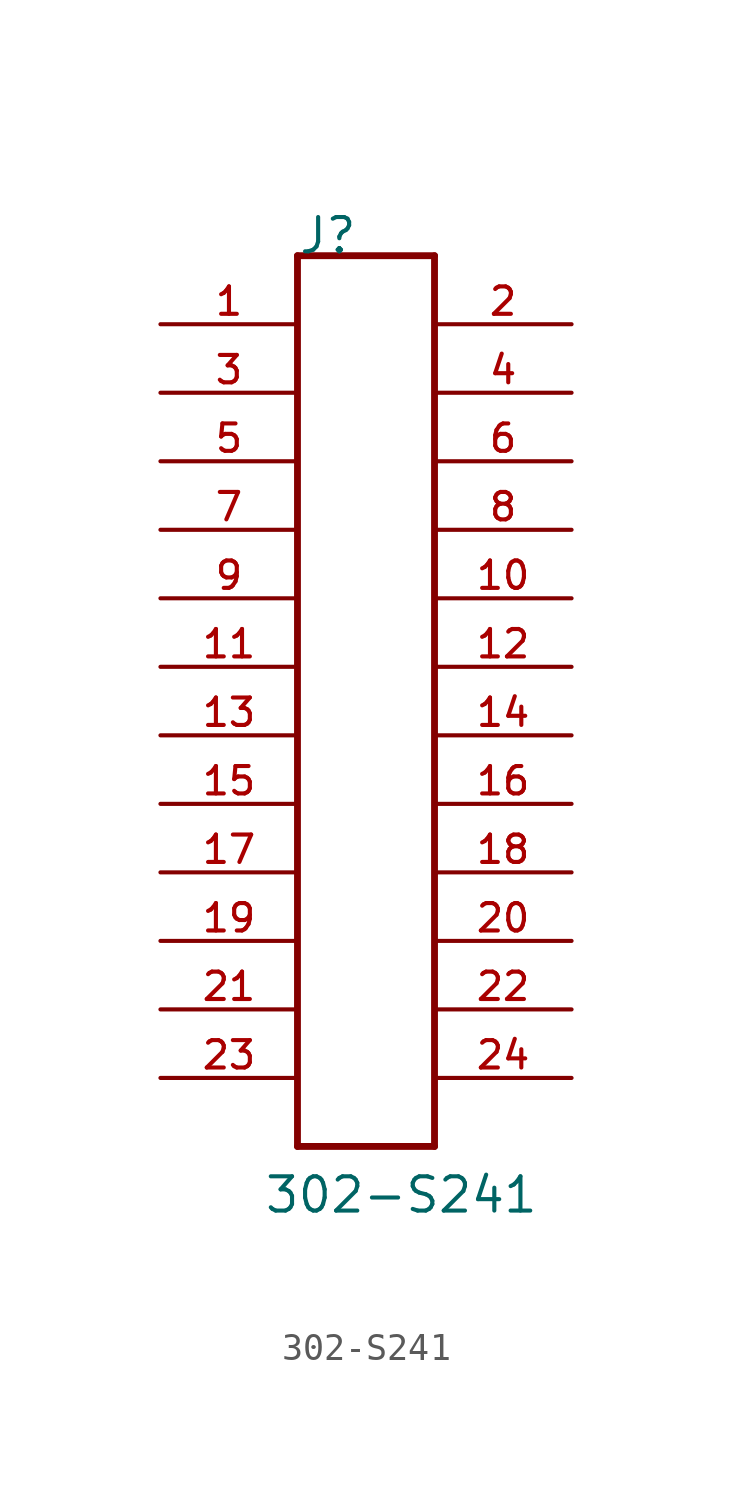
<source format=kicad_sym>
(kicad_symbol_lib
  (version 20211014)
  (generator kicad_symbol_editor)
  (symbol "302-S241"
    (pin_names
      (offset 1.016) hide)
    (property "Reference" "J"
      (at -2.54 15.24 0)
      (effects (font (size 1.27 1.27)) (justify left bottom)))
    (property "Value" "302-S241"
      (at -3.81 -20.32 0)
      (effects (font (size 1.27 1.27)) (justify left bottom)))
    (symbol "302-S241_0_0"
      (polyline (pts (xy -2.54 -17.78) (xy -2.54 15.24)) (stroke (width 0.254) (type default) (color 0 0 0 0)) (fill (type none)))
      (polyline (pts (xy -2.54 15.24) (xy 2.54 15.24)) (stroke (width 0.254) (type default) (color 0 0 0 0)) (fill (type none)))
      (polyline (pts (xy 2.54 -17.78) (xy -2.54 -17.78)) (stroke (width 0.254) (type default) (color 0 0 0 0)) (fill (type none)))
      (polyline (pts (xy 2.54 15.24) (xy 2.54 -17.78)) (stroke (width 0.254) (type default) (color 0 0 0 0)) (fill (type none)))
      (pin passive line (at -7.62 12.7 0) (length 5.08) (name "1" (effects (font (size 1.016 1.016)))) (number "1" (effects (font (size 1.016 1.016)))))
      (pin passive line (at 7.62 2.54 180) (length 5.08) (name "10" (effects (font (size 1.016 1.016)))) (number "10" (effects (font (size 1.016 1.016)))))
      (pin passive line (at -7.62 0 0) (length 5.08) (name "11" (effects (font (size 1.016 1.016)))) (number "11" (effects (font (size 1.016 1.016)))))
      (pin passive line (at 7.62 0 180) (length 5.08) (name "12" (effects (font (size 1.016 1.016)))) (number "12" (effects (font (size 1.016 1.016)))))
      (pin passive line (at -7.62 -2.54 0) (length 5.08) (name "13" (effects (font (size 1.016 1.016)))) (number "13" (effects (font (size 1.016 1.016)))))
      (pin passive line (at 7.62 -2.54 180) (length 5.08) (name "14" (effects (font (size 1.016 1.016)))) (number "14" (effects (font (size 1.016 1.016)))))
      (pin passive line (at -7.62 -5.08 0) (length 5.08) (name "15" (effects (font (size 1.016 1.016)))) (number "15" (effects (font (size 1.016 1.016)))))
      (pin passive line (at 7.62 -5.08 180) (length 5.08) (name "16" (effects (font (size 1.016 1.016)))) (number "16" (effects (font (size 1.016 1.016)))))
      (pin passive line (at -7.62 -7.62 0) (length 5.08) (name "17" (effects (font (size 1.016 1.016)))) (number "17" (effects (font (size 1.016 1.016)))))
      (pin passive line (at 7.62 -7.62 180) (length 5.08) (name "18" (effects (font (size 1.016 1.016)))) (number "18" (effects (font (size 1.016 1.016)))))
      (pin passive line (at -7.62 -10.16 0) (length 5.08) (name "19" (effects (font (size 1.016 1.016)))) (number "19" (effects (font (size 1.016 1.016)))))
      (pin passive line (at 7.62 12.7 180) (length 5.08) (name "2" (effects (font (size 1.016 1.016)))) (number "2" (effects (font (size 1.016 1.016)))))
      (pin passive line (at 7.62 -10.16 180) (length 5.08) (name "20" (effects (font (size 1.016 1.016)))) (number "20" (effects (font (size 1.016 1.016)))))
      (pin passive line (at -7.62 -12.7 0) (length 5.08) (name "21" (effects (font (size 1.016 1.016)))) (number "21" (effects (font (size 1.016 1.016)))))
      (pin passive line (at 7.62 -12.7 180) (length 5.08) (name "22" (effects (font (size 1.016 1.016)))) (number "22" (effects (font (size 1.016 1.016)))))
      (pin passive line (at -7.62 -15.24 0) (length 5.08) (name "23" (effects (font (size 1.016 1.016)))) (number "23" (effects (font (size 1.016 1.016)))))
      (pin passive line (at 7.62 -15.24 180) (length 5.08) (name "24" (effects (font (size 1.016 1.016)))) (number "24" (effects (font (size 1.016 1.016)))))
      (pin passive line (at -7.62 10.16 0) (length 5.08) (name "3" (effects (font (size 1.016 1.016)))) (number "3" (effects (font (size 1.016 1.016)))))
      (pin passive line (at 7.62 10.16 180) (length 5.08) (name "4" (effects (font (size 1.016 1.016)))) (number "4" (effects (font (size 1.016 1.016)))))
      (pin passive line (at -7.62 7.62 0) (length 5.08) (name "5" (effects (font (size 1.016 1.016)))) (number "5" (effects (font (size 1.016 1.016)))))
      (pin passive line (at 7.62 7.62 180) (length 5.08) (name "6" (effects (font (size 1.016 1.016)))) (number "6" (effects (font (size 1.016 1.016)))))
      (pin passive line (at -7.62 5.08 0) (length 5.08) (name "7" (effects (font (size 1.016 1.016)))) (number "7" (effects (font (size 1.016 1.016)))))
      (pin passive line (at 7.62 5.08 180) (length 5.08) (name "8" (effects (font (size 1.016 1.016)))) (number "8" (effects (font (size 1.016 1.016)))))
      (pin passive line (at -7.62 2.54 0) (length 5.08) (name "9" (effects (font (size 1.016 1.016)))) (number "9" (effects (font (size 1.016 1.016))))))))
</source>
